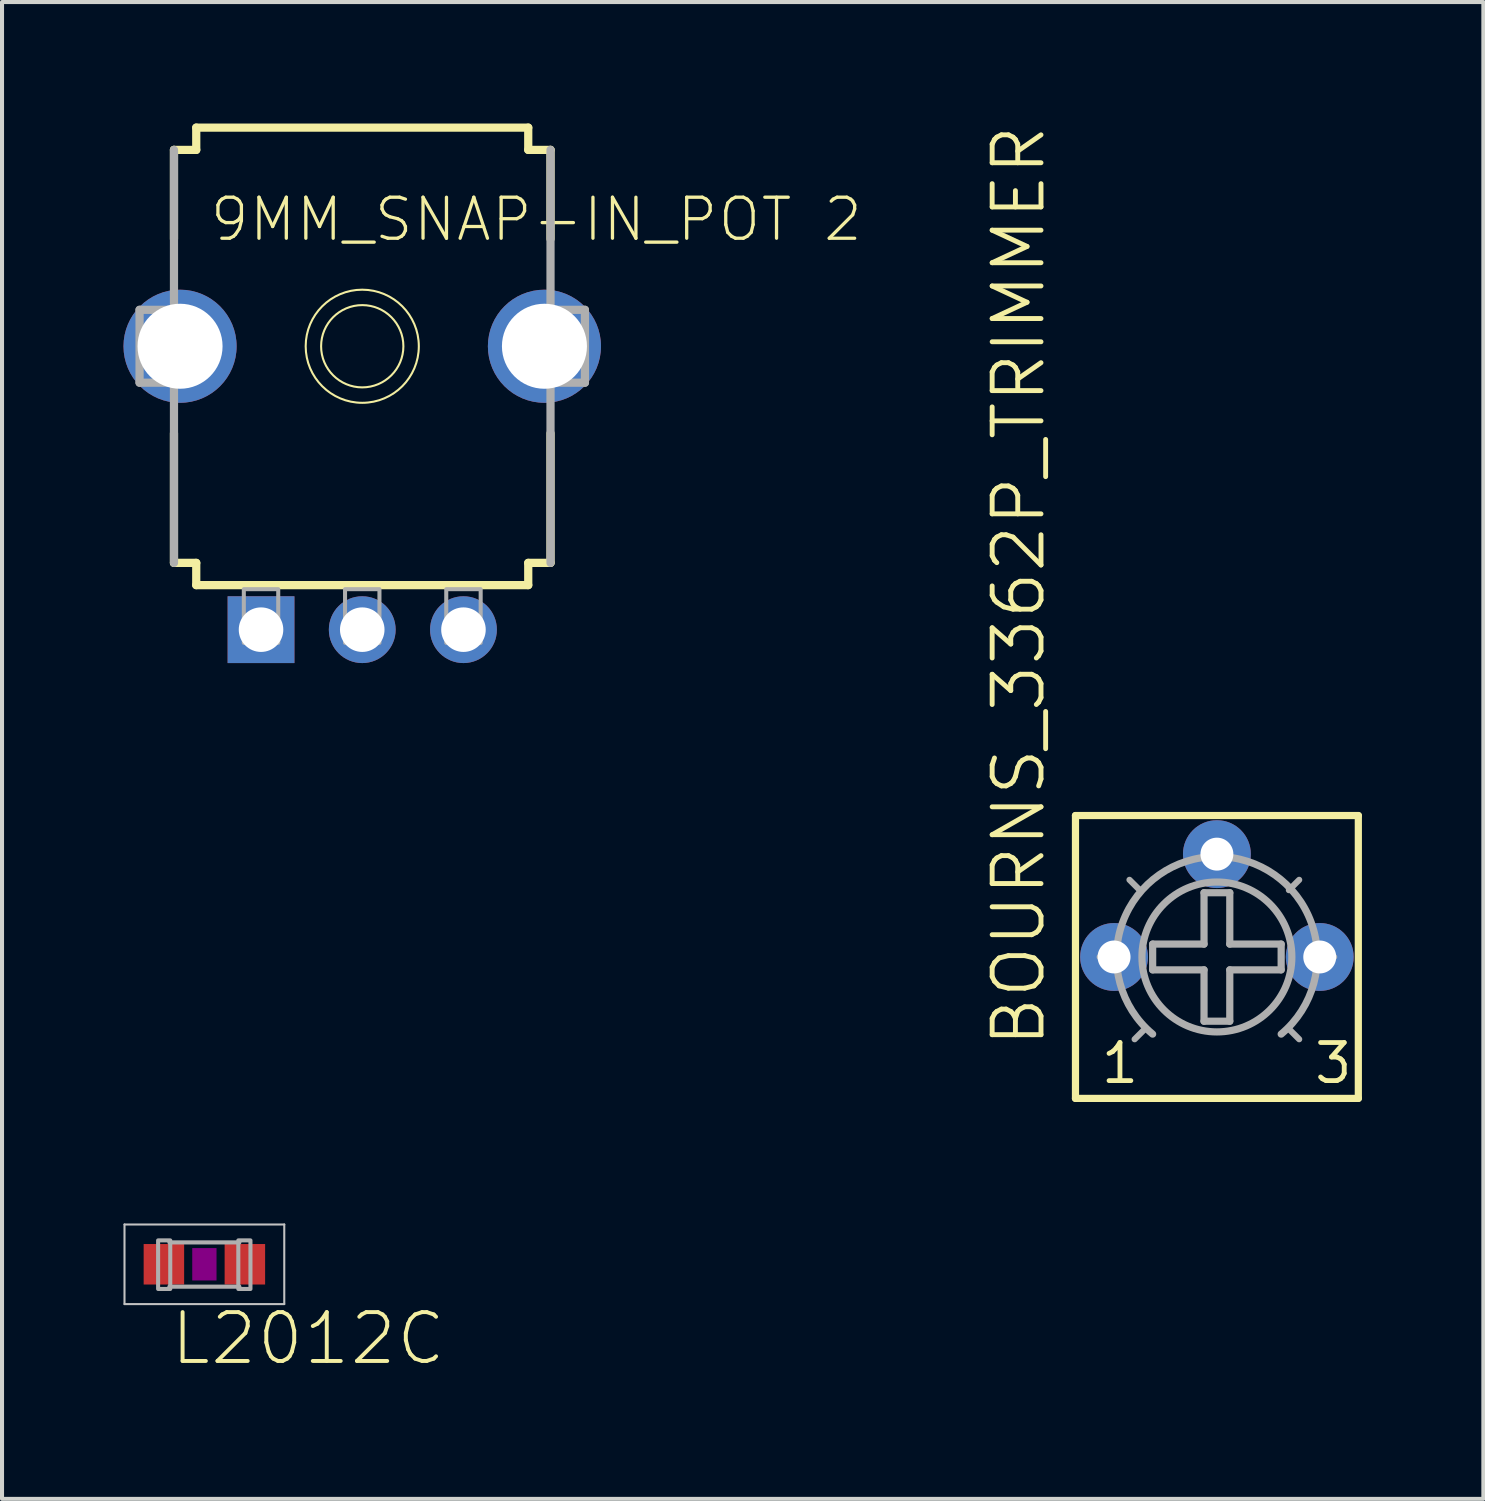
<source format=kicad_pcb>
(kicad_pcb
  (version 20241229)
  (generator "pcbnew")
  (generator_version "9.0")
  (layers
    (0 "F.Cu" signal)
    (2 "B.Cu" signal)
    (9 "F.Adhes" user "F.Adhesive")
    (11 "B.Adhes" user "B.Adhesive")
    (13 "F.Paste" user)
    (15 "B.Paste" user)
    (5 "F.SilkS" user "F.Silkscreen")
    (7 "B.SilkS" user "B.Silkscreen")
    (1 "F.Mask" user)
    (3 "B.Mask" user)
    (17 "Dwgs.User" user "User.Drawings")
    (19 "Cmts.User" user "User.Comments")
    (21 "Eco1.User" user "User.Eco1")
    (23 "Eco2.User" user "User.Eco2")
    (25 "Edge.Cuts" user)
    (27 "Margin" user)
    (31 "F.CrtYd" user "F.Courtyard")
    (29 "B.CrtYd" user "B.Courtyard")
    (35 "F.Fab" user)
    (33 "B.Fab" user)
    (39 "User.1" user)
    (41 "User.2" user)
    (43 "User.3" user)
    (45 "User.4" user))
  (footprint "L2012C"
    (layer "F.Cu")
    (at 1.998 28.176)
    (property "Reference" "L2012C" (at -0.889 2.54 180) (layer "F.SilkS") (effects (font (size 1.206 1.206) (thickness 0.097)) (justify left bottom)))
    (attr through_hole)
    (fp_poly (pts (xy -0.3 0.4) (xy 0.3 0.4) (xy 0.3 -0.4) (xy -0.3 -0.4)) (stroke (width 0) (type solid)) (fill yes) (layer "F.Adhes"))
    (fp_line (start -1.973 -0.983) (end 1.973 -0.983) (stroke (width 0.051) (type solid)) (layer "Dwgs.User"))
    (fp_line (start -1.973 0.983) (end -1.973 -0.983) (stroke (width 0.051) (type solid)) (layer "Dwgs.User"))
    (fp_line (start 1.973 -0.983) (end 1.973 0.983) (stroke (width 0.051) (type solid)) (layer "Dwgs.User"))
    (fp_line (start 1.973 0.983) (end -1.973 0.983) (stroke (width 0.051) (type solid)) (layer "Dwgs.User"))
    (fp_line (start -0.864 -0.54) (end 0.864 -0.54) (stroke (width 0.102) (type solid)) (layer "F.Fab"))
    (fp_line (start -0.864 0.553) (end 0.864 0.553) (stroke (width 0.102) (type solid)) (layer "F.Fab"))
    (fp_poly (pts (xy -1.143 0.61) (xy -0.843 0.61) (xy -0.843 -0.59) (xy -1.143 -0.59)) (stroke (width 0.1) (type solid)) (fill no) (layer "F.Fab"))
    (fp_poly (pts (xy 0.838 0.61) (xy 1.138 0.61) (xy 1.138 -0.59) (xy 0.838 -0.59)) (stroke (width 0.1) (type solid)) (fill no) (layer "F.Fab"))
    (pad "1" smd rect (at -1 0) (size 1 1) (layers "F.Cu" "F.Mask" "F.Paste"))
    (pad "2" smd rect (at 1 0) (size 1 1) (layers "F.Cu" "F.Mask" "F.Paste")))
  (footprint "9MM_SNAP-IN_POT 2"
    (layer "F.Cu")
    (at 5.897 5.502)
    (property "Reference" "9MM_SNAP-IN_POT 2" (at -3.81 -2.54 0) (layer "F.SilkS") (effects (font (size 1.013 1.013) (thickness 0.081)) (justify left bottom)))
    (attr through_hole)
    (fp_line (start -4.65 -2.65) (end -4.65 -4.85) (stroke (width 0.203) (type solid)) (layer "F.SilkS"))
    (fp_line (start -4.65 5.35) (end -4.65 2.15) (stroke (width 0.203) (type solid)) (layer "F.SilkS"))
    (fp_line (start -4.65 5.35) (end -4.1 5.35) (stroke (width 0.203) (type solid)) (layer "F.SilkS"))
    (fp_line (start -4.1 -5.4) (end -4.1 -4.85) (stroke (width 0.203) (type solid)) (layer "F.SilkS"))
    (fp_line (start -4.1 -5.4) (end 4.1 -5.4) (stroke (width 0.203) (type solid)) (layer "F.SilkS"))
    (fp_line (start -4.1 -4.85) (end -4.65 -4.85) (stroke (width 0.203) (type solid)) (layer "F.SilkS"))
    (fp_line (start -4.1 5.35) (end -4.1 5.9) (stroke (width 0.203) (type solid)) (layer "F.SilkS"))
    (fp_line (start 4.1 -4.85) (end 4.1 -5.4) (stroke (width 0.203) (type solid)) (layer "F.SilkS"))
    (fp_line (start 4.1 5.35) (end 4.65 5.35) (stroke (width 0.203) (type solid)) (layer "F.SilkS"))
    (fp_line (start 4.1 5.9) (end -4.1 5.9) (stroke (width 0.203) (type solid)) (layer "F.SilkS"))
    (fp_line (start 4.1 5.9) (end 4.1 5.35) (stroke (width 0.203) (type solid)) (layer "F.SilkS"))
    (fp_line (start 4.65 -4.85) (end 4.1 -4.85) (stroke (width 0.203) (type solid)) (layer "F.SilkS"))
    (fp_line (start 4.65 -4.85) (end 4.65 -2.65) (stroke (width 0.203) (type solid)) (layer "F.SilkS"))
    (fp_line (start 4.65 2.15) (end 4.65 5.35) (stroke (width 0.203) (type solid)) (layer "F.SilkS"))
    (fp_circle (center 0 0) (end 1.016 0) (stroke (width 0.051) (type solid)) (fill no) (layer "F.SilkS"))
    (fp_circle (center 0 0) (end 1.397 0) (stroke (width 0.051) (type solid)) (fill no) (layer "F.SilkS"))
    (fp_line (start -5.5 -0.9) (end -5.5 0.9) (stroke (width 0.203) (type solid)) (layer "F.Fab"))
    (fp_line (start -5.5 0.9) (end -4.75 0.9) (stroke (width 0.203) (type solid)) (layer "F.Fab"))
    (fp_line (start -4.75 -0.9) (end -5.5 -0.9) (stroke (width 0.203) (type solid)) (layer "F.Fab"))
    (fp_line (start -4.65 5.35) (end -4.65 -4.85) (stroke (width 0.203) (type solid)) (layer "F.Fab"))
    (fp_line (start 4.65 -4.85) (end 4.65 5.35) (stroke (width 0.203) (type solid)) (layer "F.Fab"))
    (fp_line (start 4.75 0.9) (end 5.5 0.9) (stroke (width 0.203) (type solid)) (layer "F.Fab"))
    (fp_line (start 5.5 -0.9) (end 4.75 -0.9) (stroke (width 0.203) (type solid)) (layer "F.Fab"))
    (fp_line (start 5.5 0.9) (end 5.5 -0.9) (stroke (width 0.203) (type solid)) (layer "F.Fab"))
    (fp_poly (pts (xy -2.925 7.325) (xy -2.075 7.325) (xy -2.075 6) (xy -2.925 6)) (stroke (width 0.1) (type solid)) (fill no) (layer "F.Fab"))
    (fp_poly (pts (xy -0.425 7.325) (xy 0.425 7.325) (xy 0.425 6) (xy -0.425 6)) (stroke (width 0.1) (type solid)) (fill no) (layer "F.Fab"))
    (fp_poly (pts (xy 2.075 7.325) (xy 2.925 7.325) (xy 2.925 6) (xy 2.075 6)) (stroke (width 0.1) (type solid)) (fill no) (layer "F.Fab"))
    (pad "1" thru_hole rect (at -2.5 7 270) (size 1.65 1.65) (drill 1.1) (layers "*.Cu" "*.Mask"))
    (pad "2" thru_hole circle (at 0 7 270) (size 1.65 1.65) (drill 1.1) (layers "*.Cu" "*.Mask"))
    (pad "3" thru_hole circle (at 2.5 7 270) (size 1.65 1.65) (drill 1.1) (layers "*.Cu" "*.Mask"))
    (pad "CHASSIS1" thru_hole circle (at -4.5 0 270) (size 2.794 2.794) (drill 2.1) (layers "*.Cu" "*.Mask"))
    (pad "CHASSIS2" thru_hole circle (at 4.5 0 270) (size 2.794 2.794) (drill 2.1) (layers "*.Cu" "*.Mask")))
  (footprint "BOURNS_3362P_TRIMMER"
    (layer "F.Cu")
    (at 27.006 20.586)
    (property "Reference" "BOURNS_3362P_TRIMMER" (at -4.191 2.286 270) (layer "F.SilkS") (effects (font (size 1.206 1.206) (thickness 0.121)) (justify left bottom)))
    (attr through_hole)
    (fp_line (start -3.493 -3.493) (end 3.493 -3.493) (stroke (width 0.178) (type solid)) (layer "F.SilkS"))
    (fp_line (start -3.493 3.493) (end -3.493 -3.493) (stroke (width 0.178) (type solid)) (layer "F.SilkS"))
    (fp_line (start 3.493 -3.493) (end 3.493 3.493) (stroke (width 0.178) (type solid)) (layer "F.SilkS"))
    (fp_line (start 3.493 3.493) (end -3.493 3.493) (stroke (width 0.178) (type solid)) (layer "F.SilkS"))
    (fp_line (start -2.515 0) (end -2.896 0) (stroke (width 0.152) (type solid)) (layer "F.Fab"))
    (fp_line (start -1.905 -1.651) (end -2.159 -1.905) (stroke (width 0.152) (type solid)) (layer "F.Fab"))
    (fp_line (start -1.778 1.778) (end -2.032 2.032) (stroke (width 0.152) (type solid)) (layer "F.Fab"))
    (fp_line (start -1.587 -0.318) (end -0.318 -0.318) (stroke (width 0.178) (type solid)) (layer "F.Fab"))
    (fp_line (start -1.587 0.318) (end -1.587 -0.318) (stroke (width 0.178) (type solid)) (layer "F.Fab"))
    (fp_line (start -0.318 -1.587) (end 0.318 -1.587) (stroke (width 0.178) (type solid)) (layer "F.Fab"))
    (fp_line (start -0.318 -0.318) (end -0.318 -1.587) (stroke (width 0.178) (type solid)) (layer "F.Fab"))
    (fp_line (start -0.318 0.318) (end -1.587 0.318) (stroke (width 0.178) (type solid)) (layer "F.Fab"))
    (fp_line (start -0.318 1.587) (end -0.318 0.318) (stroke (width 0.178) (type solid)) (layer "F.Fab"))
    (fp_line (start 0 -2.464) (end 0 -2.845) (stroke (width 0.152) (type solid)) (layer "F.Fab"))
    (fp_line (start 0.318 -1.587) (end 0.318 -0.318) (stroke (width 0.178) (type solid)) (layer "F.Fab"))
    (fp_line (start 0.318 -0.318) (end 1.587 -0.318) (stroke (width 0.178) (type solid)) (layer "F.Fab"))
    (fp_line (start 0.318 0.318) (end 0.318 1.587) (stroke (width 0.178) (type solid)) (layer "F.Fab"))
    (fp_line (start 0.318 1.587) (end -0.318 1.587) (stroke (width 0.178) (type solid)) (layer "F.Fab"))
    (fp_line (start 1.587 -0.318) (end 1.587 0.318) (stroke (width 0.178) (type solid)) (layer "F.Fab"))
    (fp_line (start 1.587 0.318) (end 0.318 0.318) (stroke (width 0.178) (type solid)) (layer "F.Fab"))
    (fp_line (start 1.778 -1.651) (end 2.032 -1.905) (stroke (width 0.152) (type solid)) (layer "F.Fab"))
    (fp_line (start 1.778 1.778) (end 2.032 2.032) (stroke (width 0.152) (type solid)) (layer "F.Fab"))
    (fp_line (start 2.515 0) (end 2.896 0) (stroke (width 0.152) (type solid)) (layer "F.Fab"))
    (fp_arc (start -1.5875 1.905) (mid 0 -2.479754) (end 1.5875 1.905) (stroke (width 0.1778) (type solid)) (layer "F.Fab"))
    (fp_circle (center 0 0) (end 1.851 0) (stroke (width 0.178) (type solid)) (fill no) (layer "F.Fab"))
    (fp_text user "3" (at 2.349 3.175 0) (layer "F.SilkS") (effects (font (size 0.941 0.941) (thickness 0.119)) (justify left bottom)))
    (fp_text user "1" (at -2.921 3.175 0) (layer "F.SilkS") (effects (font (size 0.941 0.941) (thickness 0.119)) (justify left bottom)))
    (pad "1" thru_hole circle (at -2.54 0) (size 1.676 1.676) (drill 0.813) (layers "*.Cu" "*.Mask"))
    (pad "2" thru_hole circle (at 0 -2.54) (size 1.676 1.676) (drill 0.813) (layers "*.Cu" "*.Mask"))
    (pad "3" thru_hole circle (at 2.54 0) (size 1.676 1.676) (drill 0.813) (layers "*.Cu" "*.Mask")))
  (gr_rect
    (start -3 -3)
    (end 33.587 33.97)
    (stroke (width 0.1) (type default))
    (fill no)
    (layer "Edge.Cuts")))
</source>
